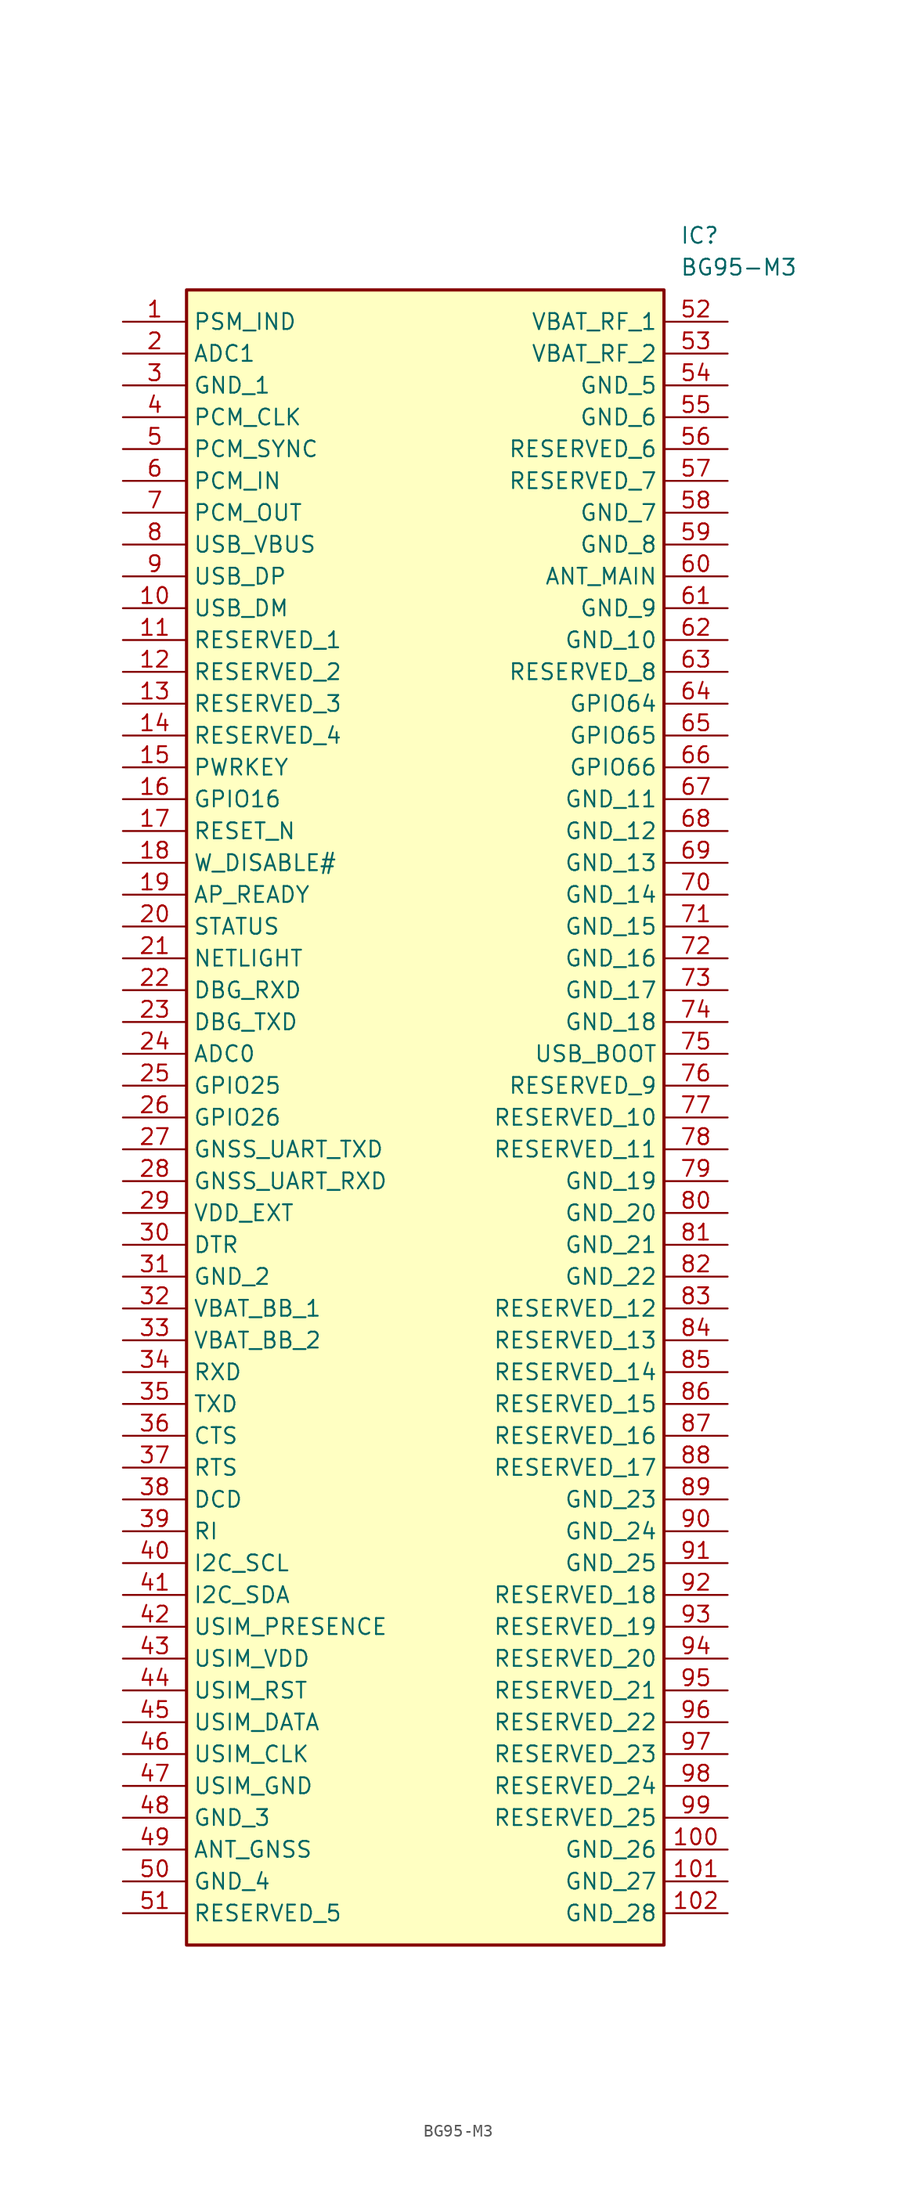
<source format=kicad_sym>
(kicad_symbol_lib
  (version 20211014)
  (generator SamacSys_ECAD_Model)
  (symbol "BG95-M3"
    (property "Reference" "IC"
      (at 44.45 7.62 0)
      (effects (font (size 1.27 1.27)) (justify left top)))
    (property "Value" "BG95-M3"
      (at 44.45 5.08 0)
      (effects (font (size 1.27 1.27)) (justify left top)))
    (rectangle
      (start 5.08 2.54)
      (end 43.18 -129.54)
      (stroke (width 0.254) (type default))
      (fill (type background)))
    (pin passive line
      (at 0 0 0)
      (length 5.08)
      (name "PSM_IND" (effects (font (size 1.27 1.27))))
      (number "1" (effects (font (size 1.27 1.27)))))
    (pin passive line
      (at 0 -2.54 0)
      (length 5.08)
      (name "ADC1" (effects (font (size 1.27 1.27))))
      (number "2" (effects (font (size 1.27 1.27)))))
    (pin passive line
      (at 0 -5.08 0)
      (length 5.08)
      (name "GND_1" (effects (font (size 1.27 1.27))))
      (number "3" (effects (font (size 1.27 1.27)))))
    (pin passive line
      (at 0 -7.62 0)
      (length 5.08)
      (name "PCM_CLK" (effects (font (size 1.27 1.27))))
      (number "4" (effects (font (size 1.27 1.27)))))
    (pin passive line
      (at 0 -10.16 0)
      (length 5.08)
      (name "PCM_SYNC" (effects (font (size 1.27 1.27))))
      (number "5" (effects (font (size 1.27 1.27)))))
    (pin passive line
      (at 0 -12.7 0)
      (length 5.08)
      (name "PCM_IN" (effects (font (size 1.27 1.27))))
      (number "6" (effects (font (size 1.27 1.27)))))
    (pin passive line
      (at 0 -15.24 0)
      (length 5.08)
      (name "PCM_OUT" (effects (font (size 1.27 1.27))))
      (number "7" (effects (font (size 1.27 1.27)))))
    (pin passive line
      (at 0 -17.78 0)
      (length 5.08)
      (name "USB_VBUS" (effects (font (size 1.27 1.27))))
      (number "8" (effects (font (size 1.27 1.27)))))
    (pin passive line
      (at 0 -20.32 0)
      (length 5.08)
      (name "USB_DP" (effects (font (size 1.27 1.27))))
      (number "9" (effects (font (size 1.27 1.27)))))
    (pin passive line
      (at 0 -22.86 0)
      (length 5.08)
      (name "USB_DM" (effects (font (size 1.27 1.27))))
      (number "10" (effects (font (size 1.27 1.27)))))
    (pin passive line
      (at 0 -25.4 0)
      (length 5.08)
      (name "RESERVED_1" (effects (font (size 1.27 1.27))))
      (number "11" (effects (font (size 1.27 1.27)))))
    (pin passive line
      (at 0 -27.94 0)
      (length 5.08)
      (name "RESERVED_2" (effects (font (size 1.27 1.27))))
      (number "12" (effects (font (size 1.27 1.27)))))
    (pin passive line
      (at 0 -30.48 0)
      (length 5.08)
      (name "RESERVED_3" (effects (font (size 1.27 1.27))))
      (number "13" (effects (font (size 1.27 1.27)))))
    (pin passive line
      (at 0 -33.02 0)
      (length 5.08)
      (name "RESERVED_4" (effects (font (size 1.27 1.27))))
      (number "14" (effects (font (size 1.27 1.27)))))
    (pin passive line
      (at 0 -35.56 0)
      (length 5.08)
      (name "PWRKEY" (effects (font (size 1.27 1.27))))
      (number "15" (effects (font (size 1.27 1.27)))))
    (pin passive line
      (at 0 -38.1 0)
      (length 5.08)
      (name "GPIO16" (effects (font (size 1.27 1.27))))
      (number "16" (effects (font (size 1.27 1.27)))))
    (pin passive line
      (at 0 -40.64 0)
      (length 5.08)
      (name "RESET_N" (effects (font (size 1.27 1.27))))
      (number "17" (effects (font (size 1.27 1.27)))))
    (pin passive line
      (at 0 -43.18 0)
      (length 5.08)
      (name "W_DISABLE#" (effects (font (size 1.27 1.27))))
      (number "18" (effects (font (size 1.27 1.27)))))
    (pin passive line
      (at 0 -45.72 0)
      (length 5.08)
      (name "AP_READY" (effects (font (size 1.27 1.27))))
      (number "19" (effects (font (size 1.27 1.27)))))
    (pin passive line
      (at 0 -48.26 0)
      (length 5.08)
      (name "STATUS" (effects (font (size 1.27 1.27))))
      (number "20" (effects (font (size 1.27 1.27)))))
    (pin passive line
      (at 0 -50.8 0)
      (length 5.08)
      (name "NETLIGHT" (effects (font (size 1.27 1.27))))
      (number "21" (effects (font (size 1.27 1.27)))))
    (pin passive line
      (at 0 -53.34 0)
      (length 5.08)
      (name "DBG_RXD" (effects (font (size 1.27 1.27))))
      (number "22" (effects (font (size 1.27 1.27)))))
    (pin passive line
      (at 0 -55.88 0)
      (length 5.08)
      (name "DBG_TXD" (effects (font (size 1.27 1.27))))
      (number "23" (effects (font (size 1.27 1.27)))))
    (pin passive line
      (at 0 -58.42 0)
      (length 5.08)
      (name "ADC0" (effects (font (size 1.27 1.27))))
      (number "24" (effects (font (size 1.27 1.27)))))
    (pin passive line
      (at 0 -60.96 0)
      (length 5.08)
      (name "GPIO25" (effects (font (size 1.27 1.27))))
      (number "25" (effects (font (size 1.27 1.27)))))
    (pin passive line
      (at 0 -63.5 0)
      (length 5.08)
      (name "GPIO26" (effects (font (size 1.27 1.27))))
      (number "26" (effects (font (size 1.27 1.27)))))
    (pin passive line
      (at 0 -66.04 0)
      (length 5.08)
      (name "GNSS_UART_TXD" (effects (font (size 1.27 1.27))))
      (number "27" (effects (font (size 1.27 1.27)))))
    (pin passive line
      (at 0 -68.58 0)
      (length 5.08)
      (name "GNSS_UART_RXD" (effects (font (size 1.27 1.27))))
      (number "28" (effects (font (size 1.27 1.27)))))
    (pin passive line
      (at 0 -71.12 0)
      (length 5.08)
      (name "VDD_EXT" (effects (font (size 1.27 1.27))))
      (number "29" (effects (font (size 1.27 1.27)))))
    (pin passive line
      (at 0 -73.66 0)
      (length 5.08)
      (name "DTR" (effects (font (size 1.27 1.27))))
      (number "30" (effects (font (size 1.27 1.27)))))
    (pin passive line
      (at 0 -76.2 0)
      (length 5.08)
      (name "GND_2" (effects (font (size 1.27 1.27))))
      (number "31" (effects (font (size 1.27 1.27)))))
    (pin passive line
      (at 0 -78.74 0)
      (length 5.08)
      (name "VBAT_BB_1" (effects (font (size 1.27 1.27))))
      (number "32" (effects (font (size 1.27 1.27)))))
    (pin passive line
      (at 0 -81.28 0)
      (length 5.08)
      (name "VBAT_BB_2" (effects (font (size 1.27 1.27))))
      (number "33" (effects (font (size 1.27 1.27)))))
    (pin passive line
      (at 0 -83.82 0)
      (length 5.08)
      (name "RXD" (effects (font (size 1.27 1.27))))
      (number "34" (effects (font (size 1.27 1.27)))))
    (pin passive line
      (at 0 -86.36 0)
      (length 5.08)
      (name "TXD" (effects (font (size 1.27 1.27))))
      (number "35" (effects (font (size 1.27 1.27)))))
    (pin passive line
      (at 0 -88.9 0)
      (length 5.08)
      (name "CTS" (effects (font (size 1.27 1.27))))
      (number "36" (effects (font (size 1.27 1.27)))))
    (pin passive line
      (at 0 -91.44 0)
      (length 5.08)
      (name "RTS" (effects (font (size 1.27 1.27))))
      (number "37" (effects (font (size 1.27 1.27)))))
    (pin passive line
      (at 0 -93.98 0)
      (length 5.08)
      (name "DCD" (effects (font (size 1.27 1.27))))
      (number "38" (effects (font (size 1.27 1.27)))))
    (pin passive line
      (at 0 -96.52 0)
      (length 5.08)
      (name "RI" (effects (font (size 1.27 1.27))))
      (number "39" (effects (font (size 1.27 1.27)))))
    (pin passive line
      (at 0 -99.06 0)
      (length 5.08)
      (name "I2C_SCL" (effects (font (size 1.27 1.27))))
      (number "40" (effects (font (size 1.27 1.27)))))
    (pin passive line
      (at 0 -101.6 0)
      (length 5.08)
      (name "I2C_SDA" (effects (font (size 1.27 1.27))))
      (number "41" (effects (font (size 1.27 1.27)))))
    (pin passive line
      (at 0 -104.14 0)
      (length 5.08)
      (name "USIM_PRESENCE" (effects (font (size 1.27 1.27))))
      (number "42" (effects (font (size 1.27 1.27)))))
    (pin passive line
      (at 0 -106.68 0)
      (length 5.08)
      (name "USIM_VDD" (effects (font (size 1.27 1.27))))
      (number "43" (effects (font (size 1.27 1.27)))))
    (pin passive line
      (at 0 -109.22 0)
      (length 5.08)
      (name "USIM_RST" (effects (font (size 1.27 1.27))))
      (number "44" (effects (font (size 1.27 1.27)))))
    (pin passive line
      (at 0 -111.76 0)
      (length 5.08)
      (name "USIM_DATA" (effects (font (size 1.27 1.27))))
      (number "45" (effects (font (size 1.27 1.27)))))
    (pin passive line
      (at 0 -114.3 0)
      (length 5.08)
      (name "USIM_CLK" (effects (font (size 1.27 1.27))))
      (number "46" (effects (font (size 1.27 1.27)))))
    (pin passive line
      (at 0 -116.84 0)
      (length 5.08)
      (name "USIM_GND" (effects (font (size 1.27 1.27))))
      (number "47" (effects (font (size 1.27 1.27)))))
    (pin passive line
      (at 0 -119.38 0)
      (length 5.08)
      (name "GND_3" (effects (font (size 1.27 1.27))))
      (number "48" (effects (font (size 1.27 1.27)))))
    (pin passive line
      (at 0 -121.92 0)
      (length 5.08)
      (name "ANT_GNSS" (effects (font (size 1.27 1.27))))
      (number "49" (effects (font (size 1.27 1.27)))))
    (pin passive line
      (at 0 -124.46 0)
      (length 5.08)
      (name "GND_4" (effects (font (size 1.27 1.27))))
      (number "50" (effects (font (size 1.27 1.27)))))
    (pin passive line
      (at 0 -127 0)
      (length 5.08)
      (name "RESERVED_5" (effects (font (size 1.27 1.27))))
      (number "51" (effects (font (size 1.27 1.27)))))
    (pin passive line
      (at 48.26 0 180)
      (length 5.08)
      (name "VBAT_RF_1" (effects (font (size 1.27 1.27))))
      (number "52" (effects (font (size 1.27 1.27)))))
    (pin passive line
      (at 48.26 -2.54 180)
      (length 5.08)
      (name "VBAT_RF_2" (effects (font (size 1.27 1.27))))
      (number "53" (effects (font (size 1.27 1.27)))))
    (pin passive line
      (at 48.26 -5.08 180)
      (length 5.08)
      (name "GND_5" (effects (font (size 1.27 1.27))))
      (number "54" (effects (font (size 1.27 1.27)))))
    (pin passive line
      (at 48.26 -7.62 180)
      (length 5.08)
      (name "GND_6" (effects (font (size 1.27 1.27))))
      (number "55" (effects (font (size 1.27 1.27)))))
    (pin passive line
      (at 48.26 -10.16 180)
      (length 5.08)
      (name "RESERVED_6" (effects (font (size 1.27 1.27))))
      (number "56" (effects (font (size 1.27 1.27)))))
    (pin passive line
      (at 48.26 -12.7 180)
      (length 5.08)
      (name "RESERVED_7" (effects (font (size 1.27 1.27))))
      (number "57" (effects (font (size 1.27 1.27)))))
    (pin passive line
      (at 48.26 -15.24 180)
      (length 5.08)
      (name "GND_7" (effects (font (size 1.27 1.27))))
      (number "58" (effects (font (size 1.27 1.27)))))
    (pin passive line
      (at 48.26 -17.78 180)
      (length 5.08)
      (name "GND_8" (effects (font (size 1.27 1.27))))
      (number "59" (effects (font (size 1.27 1.27)))))
    (pin passive line
      (at 48.26 -20.32 180)
      (length 5.08)
      (name "ANT_MAIN" (effects (font (size 1.27 1.27))))
      (number "60" (effects (font (size 1.27 1.27)))))
    (pin passive line
      (at 48.26 -22.86 180)
      (length 5.08)
      (name "GND_9" (effects (font (size 1.27 1.27))))
      (number "61" (effects (font (size 1.27 1.27)))))
    (pin passive line
      (at 48.26 -25.4 180)
      (length 5.08)
      (name "GND_10" (effects (font (size 1.27 1.27))))
      (number "62" (effects (font (size 1.27 1.27)))))
    (pin passive line
      (at 48.26 -27.94 180)
      (length 5.08)
      (name "RESERVED_8" (effects (font (size 1.27 1.27))))
      (number "63" (effects (font (size 1.27 1.27)))))
    (pin passive line
      (at 48.26 -30.48 180)
      (length 5.08)
      (name "GPIO64" (effects (font (size 1.27 1.27))))
      (number "64" (effects (font (size 1.27 1.27)))))
    (pin passive line
      (at 48.26 -33.02 180)
      (length 5.08)
      (name "GPIO65" (effects (font (size 1.27 1.27))))
      (number "65" (effects (font (size 1.27 1.27)))))
    (pin passive line
      (at 48.26 -35.56 180)
      (length 5.08)
      (name "GPIO66" (effects (font (size 1.27 1.27))))
      (number "66" (effects (font (size 1.27 1.27)))))
    (pin passive line
      (at 48.26 -38.1 180)
      (length 5.08)
      (name "GND_11" (effects (font (size 1.27 1.27))))
      (number "67" (effects (font (size 1.27 1.27)))))
    (pin passive line
      (at 48.26 -40.64 180)
      (length 5.08)
      (name "GND_12" (effects (font (size 1.27 1.27))))
      (number "68" (effects (font (size 1.27 1.27)))))
    (pin passive line
      (at 48.26 -43.18 180)
      (length 5.08)
      (name "GND_13" (effects (font (size 1.27 1.27))))
      (number "69" (effects (font (size 1.27 1.27)))))
    (pin passive line
      (at 48.26 -45.72 180)
      (length 5.08)
      (name "GND_14" (effects (font (size 1.27 1.27))))
      (number "70" (effects (font (size 1.27 1.27)))))
    (pin passive line
      (at 48.26 -48.26 180)
      (length 5.08)
      (name "GND_15" (effects (font (size 1.27 1.27))))
      (number "71" (effects (font (size 1.27 1.27)))))
    (pin passive line
      (at 48.26 -50.8 180)
      (length 5.08)
      (name "GND_16" (effects (font (size 1.27 1.27))))
      (number "72" (effects (font (size 1.27 1.27)))))
    (pin passive line
      (at 48.26 -53.34 180)
      (length 5.08)
      (name "GND_17" (effects (font (size 1.27 1.27))))
      (number "73" (effects (font (size 1.27 1.27)))))
    (pin passive line
      (at 48.26 -55.88 180)
      (length 5.08)
      (name "GND_18" (effects (font (size 1.27 1.27))))
      (number "74" (effects (font (size 1.27 1.27)))))
    (pin passive line
      (at 48.26 -58.42 180)
      (length 5.08)
      (name "USB_BOOT" (effects (font (size 1.27 1.27))))
      (number "75" (effects (font (size 1.27 1.27)))))
    (pin passive line
      (at 48.26 -60.96 180)
      (length 5.08)
      (name "RESERVED_9" (effects (font (size 1.27 1.27))))
      (number "76" (effects (font (size 1.27 1.27)))))
    (pin passive line
      (at 48.26 -63.5 180)
      (length 5.08)
      (name "RESERVED_10" (effects (font (size 1.27 1.27))))
      (number "77" (effects (font (size 1.27 1.27)))))
    (pin passive line
      (at 48.26 -66.04 180)
      (length 5.08)
      (name "RESERVED_11" (effects (font (size 1.27 1.27))))
      (number "78" (effects (font (size 1.27 1.27)))))
    (pin passive line
      (at 48.26 -68.58 180)
      (length 5.08)
      (name "GND_19" (effects (font (size 1.27 1.27))))
      (number "79" (effects (font (size 1.27 1.27)))))
    (pin passive line
      (at 48.26 -71.12 180)
      (length 5.08)
      (name "GND_20" (effects (font (size 1.27 1.27))))
      (number "80" (effects (font (size 1.27 1.27)))))
    (pin passive line
      (at 48.26 -73.66 180)
      (length 5.08)
      (name "GND_21" (effects (font (size 1.27 1.27))))
      (number "81" (effects (font (size 1.27 1.27)))))
    (pin passive line
      (at 48.26 -76.2 180)
      (length 5.08)
      (name "GND_22" (effects (font (size 1.27 1.27))))
      (number "82" (effects (font (size 1.27 1.27)))))
    (pin passive line
      (at 48.26 -78.74 180)
      (length 5.08)
      (name "RESERVED_12" (effects (font (size 1.27 1.27))))
      (number "83" (effects (font (size 1.27 1.27)))))
    (pin passive line
      (at 48.26 -81.28 180)
      (length 5.08)
      (name "RESERVED_13" (effects (font (size 1.27 1.27))))
      (number "84" (effects (font (size 1.27 1.27)))))
    (pin passive line
      (at 48.26 -83.82 180)
      (length 5.08)
      (name "RESERVED_14" (effects (font (size 1.27 1.27))))
      (number "85" (effects (font (size 1.27 1.27)))))
    (pin passive line
      (at 48.26 -86.36 180)
      (length 5.08)
      (name "RESERVED_15" (effects (font (size 1.27 1.27))))
      (number "86" (effects (font (size 1.27 1.27)))))
    (pin passive line
      (at 48.26 -88.9 180)
      (length 5.08)
      (name "RESERVED_16" (effects (font (size 1.27 1.27))))
      (number "87" (effects (font (size 1.27 1.27)))))
    (pin passive line
      (at 48.26 -91.44 180)
      (length 5.08)
      (name "RESERVED_17" (effects (font (size 1.27 1.27))))
      (number "88" (effects (font (size 1.27 1.27)))))
    (pin passive line
      (at 48.26 -93.98 180)
      (length 5.08)
      (name "GND_23" (effects (font (size 1.27 1.27))))
      (number "89" (effects (font (size 1.27 1.27)))))
    (pin passive line
      (at 48.26 -96.52 180)
      (length 5.08)
      (name "GND_24" (effects (font (size 1.27 1.27))))
      (number "90" (effects (font (size 1.27 1.27)))))
    (pin passive line
      (at 48.26 -99.06 180)
      (length 5.08)
      (name "GND_25" (effects (font (size 1.27 1.27))))
      (number "91" (effects (font (size 1.27 1.27)))))
    (pin passive line
      (at 48.26 -101.6 180)
      (length 5.08)
      (name "RESERVED_18" (effects (font (size 1.27 1.27))))
      (number "92" (effects (font (size 1.27 1.27)))))
    (pin passive line
      (at 48.26 -104.14 180)
      (length 5.08)
      (name "RESERVED_19" (effects (font (size 1.27 1.27))))
      (number "93" (effects (font (size 1.27 1.27)))))
    (pin passive line
      (at 48.26 -106.68 180)
      (length 5.08)
      (name "RESERVED_20" (effects (font (size 1.27 1.27))))
      (number "94" (effects (font (size 1.27 1.27)))))
    (pin passive line
      (at 48.26 -109.22 180)
      (length 5.08)
      (name "RESERVED_21" (effects (font (size 1.27 1.27))))
      (number "95" (effects (font (size 1.27 1.27)))))
    (pin passive line
      (at 48.26 -111.76 180)
      (length 5.08)
      (name "RESERVED_22" (effects (font (size 1.27 1.27))))
      (number "96" (effects (font (size 1.27 1.27)))))
    (pin passive line
      (at 48.26 -114.3 180)
      (length 5.08)
      (name "RESERVED_23" (effects (font (size 1.27 1.27))))
      (number "97" (effects (font (size 1.27 1.27)))))
    (pin passive line
      (at 48.26 -116.84 180)
      (length 5.08)
      (name "RESERVED_24" (effects (font (size 1.27 1.27))))
      (number "98" (effects (font (size 1.27 1.27)))))
    (pin passive line
      (at 48.26 -119.38 180)
      (length 5.08)
      (name "RESERVED_25" (effects (font (size 1.27 1.27))))
      (number "99" (effects (font (size 1.27 1.27)))))
    (pin passive line
      (at 48.26 -121.92 180)
      (length 5.08)
      (name "GND_26" (effects (font (size 1.27 1.27))))
      (number "100" (effects (font (size 1.27 1.27)))))
    (pin passive line
      (at 48.26 -124.46 180)
      (length 5.08)
      (name "GND_27" (effects (font (size 1.27 1.27))))
      (number "101" (effects (font (size 1.27 1.27)))))
    (pin passive line
      (at 48.26 -127 180)
      (length 5.08)
      (name "GND_28" (effects (font (size 1.27 1.27))))
      (number "102" (effects (font (size 1.27 1.27)))))))
</source>
